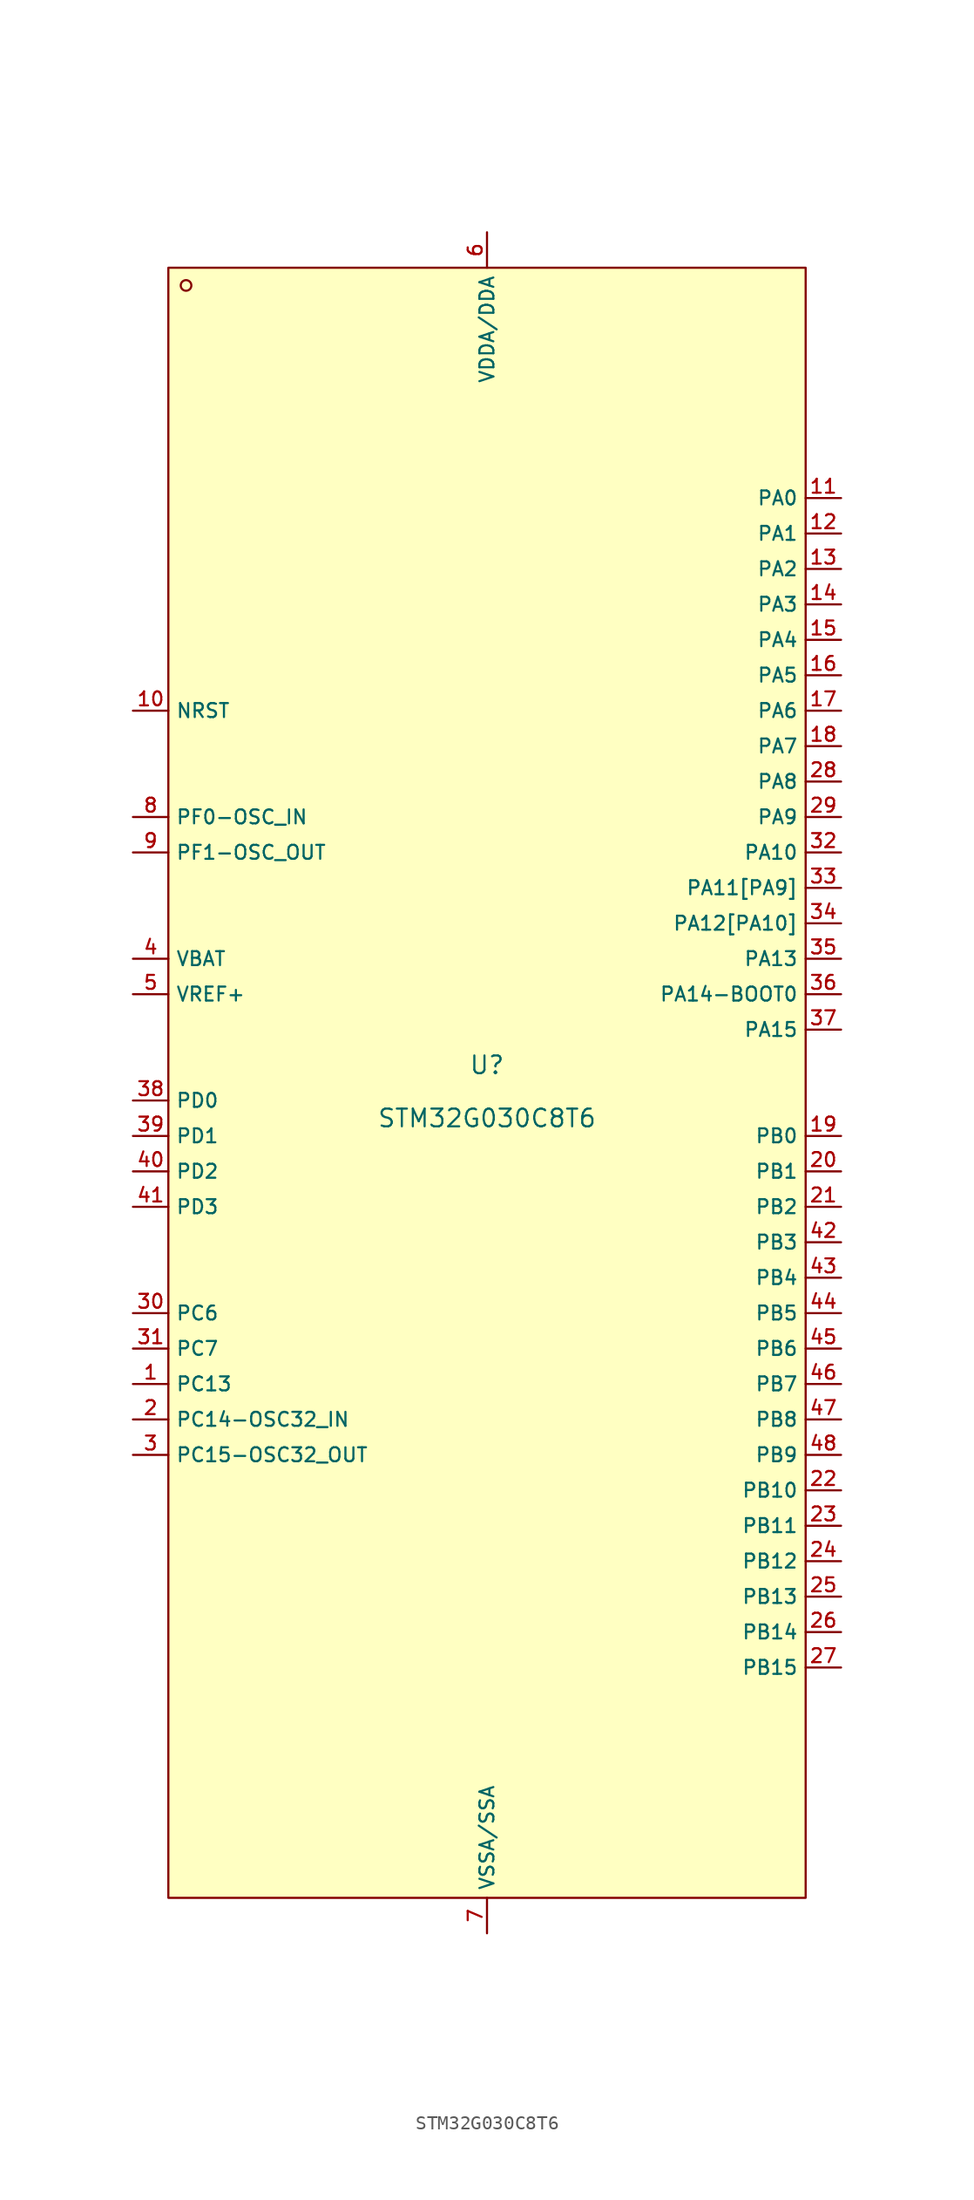
<source format=kicad_sym>
(kicad_symbol_lib
  (version 20210201)
  (generator TousstNicolas/JLC2KiCad_lib)
  (symbol "STM32G030C8T6"
    (property "Reference" "U"
      (at 0 1.27 0)
      (effects (font (size 1.27 1.27))))
    (property "Value" "STM32G030C8T6"
      (at 0 -2.54 0)
      (effects (font (size 1.27 1.27))))
    (symbol "STM32G030C8T6_0_1"
      (rectangle (start -22.86 58.42) (end 22.86 -58.42) (stroke (width 0) (type default) (color 0 0 0 0)) (fill (type background)))
      (circle (center -21.59 57.15) (radius 0.381) (stroke (width 0) (type default) (color 0 0 0 0)) (fill (type background)))
      (pin unspecified line (at -25.4 26.67 0) (length 2.54) (name "NRST" (effects (font (size 1 1)))) (number "10" (effects (font (size 1 1)))))
      (pin unspecified line (at -25.4 19.05 0) (length 2.54) (name "PF0-OSC_IN" (effects (font (size 1 1)))) (number "8" (effects (font (size 1 1)))))
      (pin unspecified line (at -25.4 16.51 0) (length 2.54) (name "PF1-OSC_OUT" (effects (font (size 1 1)))) (number "9" (effects (font (size 1 1)))))
      (pin unspecified line (at -25.4 8.89 0) (length 2.54) (name "VBAT" (effects (font (size 1 1)))) (number "4" (effects (font (size 1 1)))))
      (pin unspecified line (at -25.4 6.35 0) (length 2.54) (name "VREF+" (effects (font (size 1 1)))) (number "5" (effects (font (size 1 1)))))
      (pin unspecified line (at -25.4 -1.27 0) (length 2.54) (name "PD0" (effects (font (size 1 1)))) (number "38" (effects (font (size 1 1)))))
      (pin unspecified line (at -25.4 -3.81 0) (length 2.54) (name "PD1" (effects (font (size 1 1)))) (number "39" (effects (font (size 1 1)))))
      (pin unspecified line (at -25.4 -6.35 0) (length 2.54) (name "PD2" (effects (font (size 1 1)))) (number "40" (effects (font (size 1 1)))))
      (pin unspecified line (at -25.4 -8.89 0) (length 2.54) (name "PD3" (effects (font (size 1 1)))) (number "41" (effects (font (size 1 1)))))
      (pin unspecified line (at -25.4 -16.51 0) (length 2.54) (name "PC6" (effects (font (size 1 1)))) (number "30" (effects (font (size 1 1)))))
      (pin unspecified line (at -25.4 -19.05 0) (length 2.54) (name "PC7" (effects (font (size 1 1)))) (number "31" (effects (font (size 1 1)))))
      (pin unspecified line (at -25.4 -21.59 0) (length 2.54) (name "PC13" (effects (font (size 1 1)))) (number "1" (effects (font (size 1 1)))))
      (pin unspecified line (at -25.4 -24.13 0) (length 2.54) (name "PC14-OSC32_IN" (effects (font (size 1 1)))) (number "2" (effects (font (size 1 1)))))
      (pin unspecified line (at -25.4 -26.67 0) (length 2.54) (name "PC15-OSC32_OUT" (effects (font (size 1 1)))) (number "3" (effects (font (size 1 1)))))
      (pin unspecified line (at 25.4 -41.91 180) (length 2.54) (name "PB15" (effects (font (size 1 1)))) (number "27" (effects (font (size 1 1)))))
      (pin unspecified line (at 25.4 -39.37 180) (length 2.54) (name "PB14" (effects (font (size 1 1)))) (number "26" (effects (font (size 1 1)))))
      (pin unspecified line (at 25.4 -36.83 180) (length 2.54) (name "PB13" (effects (font (size 1 1)))) (number "25" (effects (font (size 1 1)))))
      (pin unspecified line (at 25.4 -34.29 180) (length 2.54) (name "PB12" (effects (font (size 1 1)))) (number "24" (effects (font (size 1 1)))))
      (pin unspecified line (at 25.4 -31.75 180) (length 2.54) (name "PB11" (effects (font (size 1 1)))) (number "23" (effects (font (size 1 1)))))
      (pin unspecified line (at 25.4 -29.21 180) (length 2.54) (name "PB10" (effects (font (size 1 1)))) (number "22" (effects (font (size 1 1)))))
      (pin unspecified line (at 25.4 -26.67 180) (length 2.54) (name "PB9" (effects (font (size 1 1)))) (number "48" (effects (font (size 1 1)))))
      (pin unspecified line (at 25.4 -24.13 180) (length 2.54) (name "PB8" (effects (font (size 1 1)))) (number "47" (effects (font (size 1 1)))))
      (pin unspecified line (at 25.4 -21.59 180) (length 2.54) (name "PB7" (effects (font (size 1 1)))) (number "46" (effects (font (size 1 1)))))
      (pin unspecified line (at 25.4 -19.05 180) (length 2.54) (name "PB6" (effects (font (size 1 1)))) (number "45" (effects (font (size 1 1)))))
      (pin unspecified line (at 25.4 -16.51 180) (length 2.54) (name "PB5" (effects (font (size 1 1)))) (number "44" (effects (font (size 1 1)))))
      (pin unspecified line (at 25.4 -13.97 180) (length 2.54) (name "PB4" (effects (font (size 1 1)))) (number "43" (effects (font (size 1 1)))))
      (pin unspecified line (at 25.4 -11.43 180) (length 2.54) (name "PB3" (effects (font (size 1 1)))) (number "42" (effects (font (size 1 1)))))
      (pin unspecified line (at 25.4 -8.89 180) (length 2.54) (name "PB2" (effects (font (size 1 1)))) (number "21" (effects (font (size 1 1)))))
      (pin unspecified line (at 25.4 -6.35 180) (length 2.54) (name "PB1" (effects (font (size 1 1)))) (number "20" (effects (font (size 1 1)))))
      (pin unspecified line (at 25.4 -3.81 180) (length 2.54) (name "PB0" (effects (font (size 1 1)))) (number "19" (effects (font (size 1 1)))))
      (pin unspecified line (at 25.4 3.81 180) (length 2.54) (name "PA15" (effects (font (size 1 1)))) (number "37" (effects (font (size 1 1)))))
      (pin unspecified line (at 25.4 6.35 180) (length 2.54) (name "PA14-BOOT0" (effects (font (size 1 1)))) (number "36" (effects (font (size 1 1)))))
      (pin unspecified line (at 25.4 8.89 180) (length 2.54) (name "PA13" (effects (font (size 1 1)))) (number "35" (effects (font (size 1 1)))))
      (pin unspecified line (at 25.4 11.43 180) (length 2.54) (name "PA12[PA10]" (effects (font (size 1 1)))) (number "34" (effects (font (size 1 1)))))
      (pin unspecified line (at 25.4 13.97 180) (length 2.54) (name "PA11[PA9]" (effects (font (size 1 1)))) (number "33" (effects (font (size 1 1)))))
      (pin unspecified line (at 25.4 16.51 180) (length 2.54) (name "PA10" (effects (font (size 1 1)))) (number "32" (effects (font (size 1 1)))))
      (pin unspecified line (at 25.4 19.05 180) (length 2.54) (name "PA9" (effects (font (size 1 1)))) (number "29" (effects (font (size 1 1)))))
      (pin unspecified line (at 25.4 21.59 180) (length 2.54) (name "PA8" (effects (font (size 1 1)))) (number "28" (effects (font (size 1 1)))))
      (pin unspecified line (at 25.4 24.13 180) (length 2.54) (name "PA7" (effects (font (size 1 1)))) (number "18" (effects (font (size 1 1)))))
      (pin unspecified line (at 25.4 26.67 180) (length 2.54) (name "PA6" (effects (font (size 1 1)))) (number "17" (effects (font (size 1 1)))))
      (pin unspecified line (at 25.4 29.21 180) (length 2.54) (name "PA5" (effects (font (size 1 1)))) (number "16" (effects (font (size 1 1)))))
      (pin unspecified line (at 25.4 31.75 180) (length 2.54) (name "PA4" (effects (font (size 1 1)))) (number "15" (effects (font (size 1 1)))))
      (pin unspecified line (at 25.4 34.29 180) (length 2.54) (name "PA3" (effects (font (size 1 1)))) (number "14" (effects (font (size 1 1)))))
      (pin unspecified line (at 25.4 36.83 180) (length 2.54) (name "PA2" (effects (font (size 1 1)))) (number "13" (effects (font (size 1 1)))))
      (pin unspecified line (at 25.4 39.37 180) (length 2.54) (name "PA1" (effects (font (size 1 1)))) (number "12" (effects (font (size 1 1)))))
      (pin unspecified line (at 25.4 41.91 180) (length 2.54) (name "PA0" (effects (font (size 1 1)))) (number "11" (effects (font (size 1 1)))))
      (pin unspecified line (at 0.0 -60.96 90) (length 2.54) (name "VSSA/SSA" (effects (font (size 1 1)))) (number "7" (effects (font (size 1 1)))))
      (pin unspecified line (at 0.0 60.96 270) (length 2.54) (name "VDDA/DDA" (effects (font (size 1 1)))) (number "6" (effects (font (size 1 1))))))))
</source>
